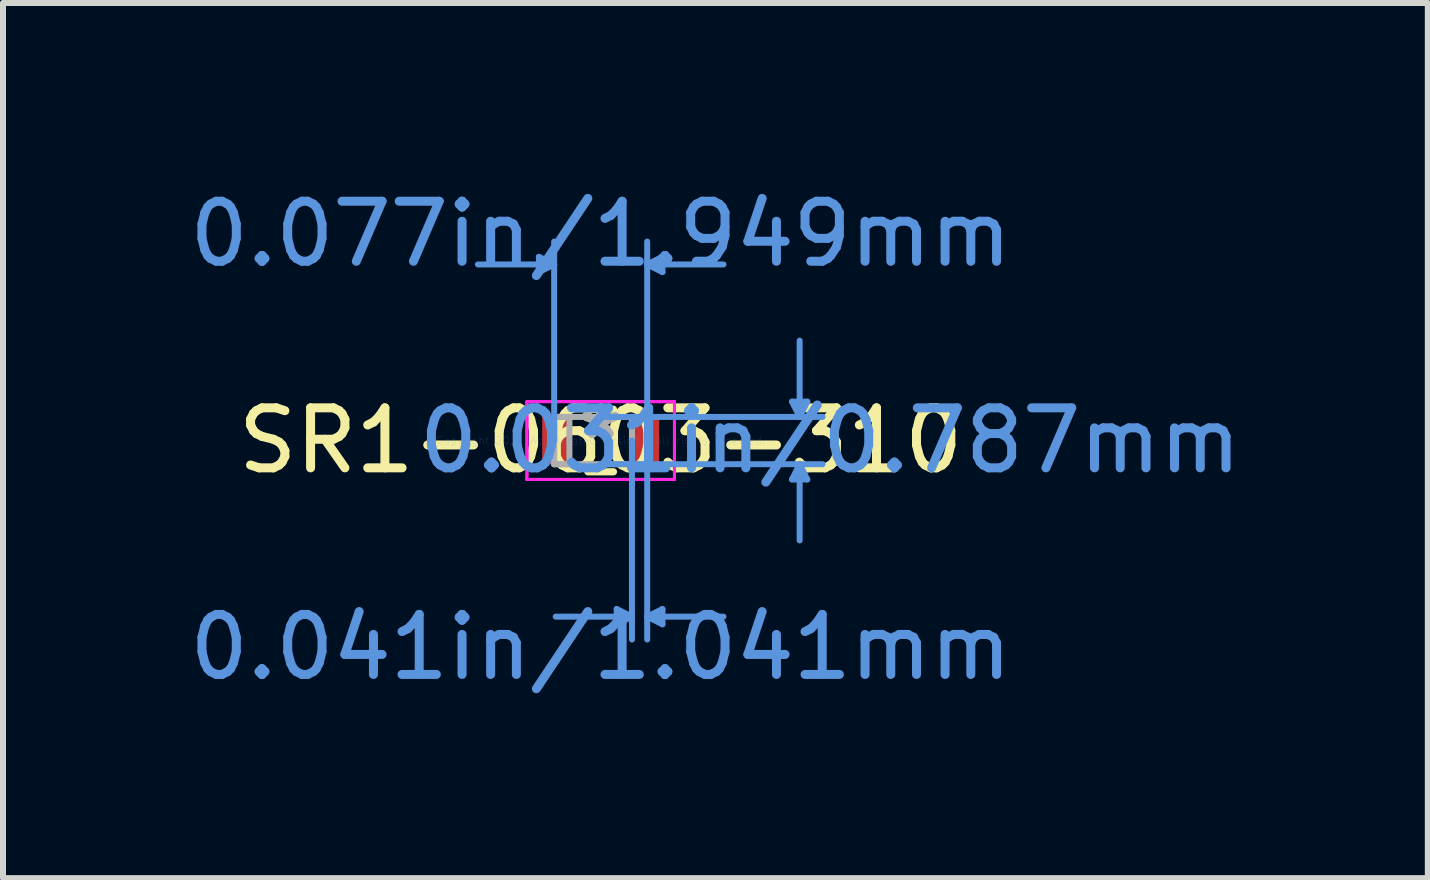
<source format=kicad_pcb>
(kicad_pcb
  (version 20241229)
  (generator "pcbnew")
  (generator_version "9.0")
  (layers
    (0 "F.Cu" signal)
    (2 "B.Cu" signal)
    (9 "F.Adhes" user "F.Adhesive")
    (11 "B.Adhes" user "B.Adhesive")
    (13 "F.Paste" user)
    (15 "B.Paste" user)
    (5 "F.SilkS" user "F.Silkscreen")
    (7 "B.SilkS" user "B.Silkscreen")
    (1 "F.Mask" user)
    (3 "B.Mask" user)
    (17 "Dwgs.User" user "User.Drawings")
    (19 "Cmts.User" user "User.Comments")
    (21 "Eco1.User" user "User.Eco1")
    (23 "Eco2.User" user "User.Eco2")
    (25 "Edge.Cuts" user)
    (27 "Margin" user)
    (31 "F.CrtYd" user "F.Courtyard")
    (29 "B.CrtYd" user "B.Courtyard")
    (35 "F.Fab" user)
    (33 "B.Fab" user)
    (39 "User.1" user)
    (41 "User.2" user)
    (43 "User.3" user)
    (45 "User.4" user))
  (footprint "SR1-0603-310"
    (layer "F.Cu")
    (at 6.958 4.29)
    (property "Reference" "SR1-0603-310" (at 0 0 0) (layer "F.SilkS") (effects (font (size 1 1) (thickness 0.15))))
    (attr through_hole)
    (fp_line (start -0.213 0.521) (end 0.213 0.521) (stroke (width 0.12) (type solid)) (layer "F.SilkS"))
    (fp_line (start 0.213 -0.521) (end -0.213 -0.521) (stroke (width 0.12) (type solid)) (layer "F.SilkS"))
    (fp_line (start -1.029 -3.061) (end -1.029 -2.807) (stroke (width 0.1) (type solid)) (layer "Cmts.User"))
    (fp_line (start -0.775 -2.934) (end -2.045 -2.934) (stroke (width 0.1) (type solid)) (layer "Cmts.User"))
    (fp_line (start -0.775 -2.934) (end -1.029 -3.061) (stroke (width 0.1) (type solid)) (layer "Cmts.User"))
    (fp_line (start -0.775 -2.934) (end -1.029 -2.807) (stroke (width 0.1) (type solid)) (layer "Cmts.User"))
    (fp_line (start -0.775 0) (end -0.775 -3.315) (stroke (width 0.1) (type solid)) (layer "Cmts.User"))
    (fp_line (start 0 -0.394) (end 3.696 -0.394) (stroke (width 0.1) (type solid)) (layer "Cmts.User"))
    (fp_line (start 0 0.394) (end 3.696 0.394) (stroke (width 0.1) (type solid)) (layer "Cmts.User"))
    (fp_line (start 0.267 2.807) (end 0.267 3.061) (stroke (width 0.1) (type solid)) (layer "Cmts.User"))
    (fp_line (start 0.521 0) (end 0.521 3.315) (stroke (width 0.1) (type solid)) (layer "Cmts.User"))
    (fp_line (start 0.521 2.934) (end -0.749 2.934) (stroke (width 0.1) (type solid)) (layer "Cmts.User"))
    (fp_line (start 0.521 2.934) (end 0.267 2.807) (stroke (width 0.1) (type solid)) (layer "Cmts.User"))
    (fp_line (start 0.521 2.934) (end 0.267 3.061) (stroke (width 0.1) (type solid)) (layer "Cmts.User"))
    (fp_line (start 0.775 -2.934) (end 1.029 -3.061) (stroke (width 0.1) (type solid)) (layer "Cmts.User"))
    (fp_line (start 0.775 -2.934) (end 1.029 -2.807) (stroke (width 0.1) (type solid)) (layer "Cmts.User"))
    (fp_line (start 0.775 -2.934) (end 2.045 -2.934) (stroke (width 0.1) (type solid)) (layer "Cmts.User"))
    (fp_line (start 0.775 0) (end 0.775 -3.315) (stroke (width 0.1) (type solid)) (layer "Cmts.User"))
    (fp_line (start 0.775 0) (end 0.775 3.315) (stroke (width 0.1) (type solid)) (layer "Cmts.User"))
    (fp_line (start 0.775 2.934) (end 1.029 2.807) (stroke (width 0.1) (type solid)) (layer "Cmts.User"))
    (fp_line (start 0.775 2.934) (end 1.029 3.061) (stroke (width 0.1) (type solid)) (layer "Cmts.User"))
    (fp_line (start 0.775 2.934) (end 2.045 2.934) (stroke (width 0.1) (type solid)) (layer "Cmts.User"))
    (fp_line (start 1.029 -3.061) (end 1.029 -2.807) (stroke (width 0.1) (type solid)) (layer "Cmts.User"))
    (fp_line (start 1.029 2.807) (end 1.029 3.061) (stroke (width 0.1) (type solid)) (layer "Cmts.User"))
    (fp_line (start 3.188 -0.648) (end 3.442 -0.648) (stroke (width 0.1) (type solid)) (layer "Cmts.User"))
    (fp_line (start 3.188 0.648) (end 3.442 0.648) (stroke (width 0.1) (type solid)) (layer "Cmts.User"))
    (fp_line (start 3.315 -0.394) (end 3.188 -0.648) (stroke (width 0.1) (type solid)) (layer "Cmts.User"))
    (fp_line (start 3.315 -0.394) (end 3.315 -1.664) (stroke (width 0.1) (type solid)) (layer "Cmts.User"))
    (fp_line (start 3.315 -0.394) (end 3.442 -0.648) (stroke (width 0.1) (type solid)) (layer "Cmts.User"))
    (fp_line (start 3.315 0.394) (end 3.188 0.648) (stroke (width 0.1) (type solid)) (layer "Cmts.User"))
    (fp_line (start 3.315 0.394) (end 3.315 1.664) (stroke (width 0.1) (type solid)) (layer "Cmts.User"))
    (fp_line (start 3.315 0.394) (end 3.442 0.648) (stroke (width 0.1) (type solid)) (layer "Cmts.User"))
    (fp_line (start -1.229 -0.648) (end 1.229 -0.648) (stroke (width 0.05) (type solid)) (layer "F.CrtYd"))
    (fp_line (start -1.229 -0.648) (end 1.229 -0.648) (stroke (width 0.05) (type solid)) (layer "F.CrtYd"))
    (fp_line (start -1.229 0.648) (end -1.229 -0.648) (stroke (width 0.05) (type solid)) (layer "F.CrtYd"))
    (fp_line (start -1.229 0.648) (end -1.229 -0.648) (stroke (width 0.05) (type solid)) (layer "F.CrtYd"))
    (fp_line (start 1.229 -0.648) (end 1.229 0.648) (stroke (width 0.05) (type solid)) (layer "F.CrtYd"))
    (fp_line (start 1.229 -0.648) (end 1.229 0.648) (stroke (width 0.05) (type solid)) (layer "F.CrtYd"))
    (fp_line (start 1.229 0.648) (end -1.229 0.648) (stroke (width 0.05) (type solid)) (layer "F.CrtYd"))
    (fp_line (start 1.229 0.648) (end -1.229 0.648) (stroke (width 0.05) (type solid)) (layer "F.CrtYd"))
    (fp_line (start -0.775 -0.394) (end -0.775 0.394) (stroke (width 0.1) (type solid)) (layer "F.Fab"))
    (fp_line (start -0.775 -0.394) (end -0.775 0.394) (stroke (width 0.1) (type solid)) (layer "F.Fab"))
    (fp_line (start -0.775 0.394) (end -0.521 0.394) (stroke (width 0.1) (type solid)) (layer "F.Fab"))
    (fp_line (start -0.775 0.394) (end 0.775 0.394) (stroke (width 0.1) (type solid)) (layer "F.Fab"))
    (fp_line (start -0.521 -0.394) (end -0.775 -0.394) (stroke (width 0.1) (type solid)) (layer "F.Fab"))
    (fp_line (start -0.521 0.394) (end -0.521 -0.394) (stroke (width 0.1) (type solid)) (layer "F.Fab"))
    (fp_line (start 0.521 -0.394) (end 0.521 0.394) (stroke (width 0.1) (type solid)) (layer "F.Fab"))
    (fp_line (start 0.521 0.394) (end 0.775 0.394) (stroke (width 0.1) (type solid)) (layer "F.Fab"))
    (fp_line (start 0.775 -0.394) (end -0.775 -0.394) (stroke (width 0.1) (type solid)) (layer "F.Fab"))
    (fp_line (start 0.775 -0.394) (end 0.521 -0.394) (stroke (width 0.1) (type solid)) (layer "F.Fab"))
    (fp_line (start 0.775 0.394) (end 0.775 -0.394) (stroke (width 0.1) (type solid)) (layer "F.Fab"))
    (fp_line (start 0.775 0.394) (end 0.775 -0.394) (stroke (width 0.1) (type solid)) (layer "F.Fab"))
    (fp_text user "*" (at 0 0 0) (layer "F.SilkS") (effects (font (size 1 1) (thickness 0.15))))
    (fp_text user "0.041in/1.041mm" (at 0 3.442 0) (layer "Cmts.User") (effects (font (size 1 1) (thickness 0.15))))
    (fp_text user "0.031in/0.787mm" (at 3.823 0 0) (layer "Cmts.User") (effects (font (size 1 1) (thickness 0.15))))
    (fp_text user "Copyright 2021 Accelerated Designs. All rights reserved." (at 0 0 0) (layer "Cmts.User") (effects (font (size 0.127 0.127) (thickness 0.002))))
    (fp_text user "0.077in/1.949mm" (at 0 -3.442 0) (layer "Cmts.User") (effects (font (size 1 1) (thickness 0.15))))
    (fp_text user "*" (at 0 0 0) (layer "F.Fab") (effects (font (size 1 1) (thickness 0.15))))
    (pad "1" smd rect (at -0.748 0) (size 0.454 0.787) (layers "F.Cu" "F.Mask" "F.Paste"))
    (pad "2" smd rect (at 0.748 0) (size 0.454 0.787) (layers "F.Cu" "F.Mask" "F.Paste")))
  (gr_rect
    (start -3 -3)
    (end 20.739 11.58)
    (stroke (width 0.1) (type default))
    (fill no)
    (layer "Edge.Cuts")))
</source>
